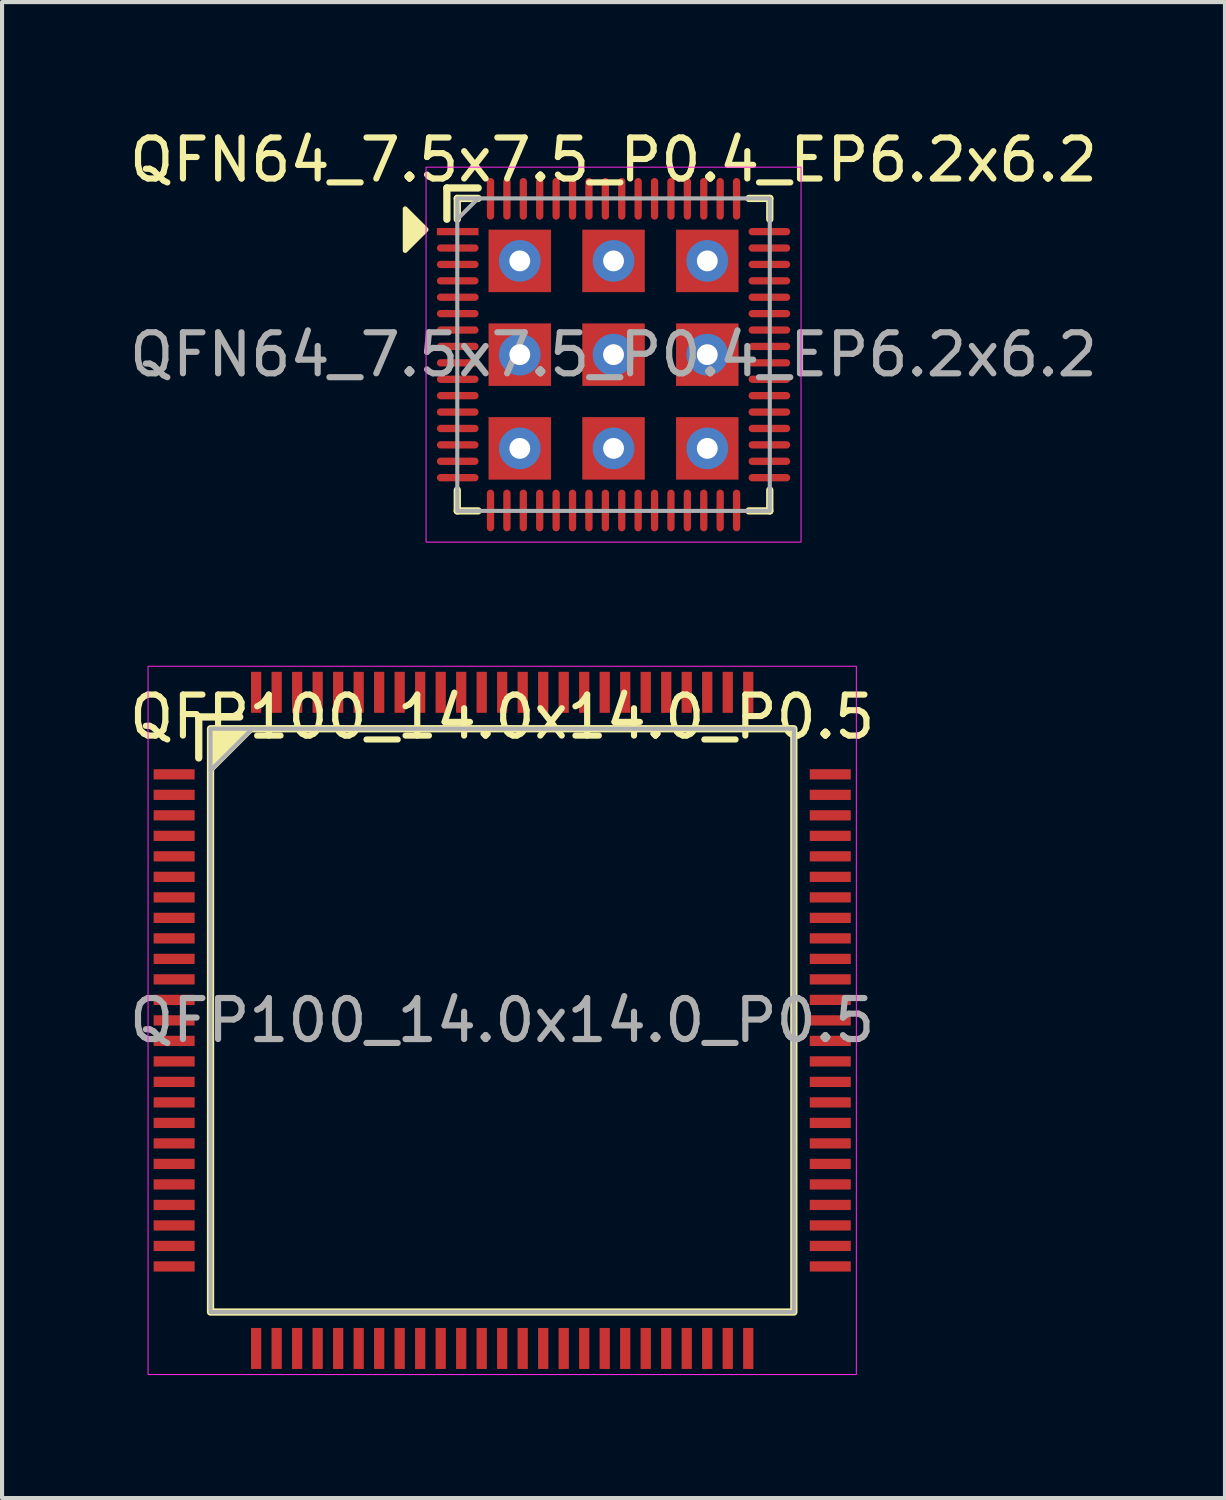
<source format=kicad_pcb>
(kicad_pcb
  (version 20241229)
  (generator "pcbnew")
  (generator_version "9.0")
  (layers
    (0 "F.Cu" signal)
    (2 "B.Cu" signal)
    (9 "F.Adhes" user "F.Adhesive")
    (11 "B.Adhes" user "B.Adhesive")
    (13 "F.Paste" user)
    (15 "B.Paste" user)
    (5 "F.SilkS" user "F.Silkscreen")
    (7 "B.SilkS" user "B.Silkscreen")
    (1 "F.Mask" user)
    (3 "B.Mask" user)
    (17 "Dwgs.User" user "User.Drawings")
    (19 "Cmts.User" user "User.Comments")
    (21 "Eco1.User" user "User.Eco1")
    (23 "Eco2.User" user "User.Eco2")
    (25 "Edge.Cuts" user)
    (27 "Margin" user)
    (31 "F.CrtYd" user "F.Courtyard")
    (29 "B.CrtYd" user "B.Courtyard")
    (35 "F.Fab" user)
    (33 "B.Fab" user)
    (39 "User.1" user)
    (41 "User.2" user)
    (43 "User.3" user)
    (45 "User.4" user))
  (footprint "QFN64_7.5x7.5_P0.4_EP6.2x6.2"
    (layer "F.Cu")
    (at 11.911 5.598)
    (property "Reference" "QFN64_7.5x7.5_P0.4_EP6.2x6.2" (at 0 -4.75 0) (unlocked yes) (layer "F.SilkS") (effects (font (size 1 1) (thickness 0.15))))
    (attr smd)
    (fp_line (start -4.064 -4.064) (end -3.302 -4.064) (stroke (width 0.178) (type solid)) (layer "F.SilkS"))
    (fp_line (start -4.064 -3.302) (end -4.064 -4.064) (stroke (width 0.178) (type solid)) (layer "F.SilkS"))
    (fp_line (start -3.81 -3.81) (end -3.302 -3.81) (stroke (width 0.178) (type solid)) (layer "F.SilkS"))
    (fp_line (start -3.81 -3.302) (end -3.81 -3.81) (stroke (width 0.178) (type solid)) (layer "F.SilkS"))
    (fp_line (start -3.81 3.302) (end -3.81 3.81) (stroke (width 0.178) (type solid)) (layer "F.SilkS"))
    (fp_line (start -3.81 3.81) (end -3.302 3.81) (stroke (width 0.178) (type solid)) (layer "F.SilkS"))
    (fp_line (start 3.302 3.81) (end 3.81 3.81) (stroke (width 0.178) (type solid)) (layer "F.SilkS"))
    (fp_line (start 3.81 -3.81) (end 3.302 -3.81) (stroke (width 0.178) (type solid)) (layer "F.SilkS"))
    (fp_line (start 3.81 -3.302) (end 3.81 -3.81) (stroke (width 0.178) (type solid)) (layer "F.SilkS"))
    (fp_line (start 3.81 3.81) (end 3.81 3.302) (stroke (width 0.178) (type solid)) (layer "F.SilkS"))
    (fp_poly (pts (xy -4.572 -3.048) (xy -5.08 -2.54) (xy -5.08 -3.556)) (stroke (width 0.12) (type solid)) (fill yes) (layer "F.SilkS"))
    (fp_rect (start -4.572 -4.572) (end 4.572 4.572) (stroke (width 0.025) (type solid)) (fill no) (layer "F.CrtYd"))
    (fp_line (start -3.81 -3.302) (end -3.302 -3.81) (stroke (width 0.1) (type solid)) (layer "F.Fab"))
    (fp_rect (start -3.81 -3.81) (end 3.81 3.81) (stroke (width 0.1) (type solid)) (fill no) (layer "F.Fab"))
    (fp_text user "${REFERENCE}" (at 0 0 0) (unlocked yes) (layer "F.Fab") (effects (font (size 1 1) (thickness 0.15))))
    (pad "1" smd rect (at -3.8 -3) (size 1.016 0.178) (layers "F.Cu" "F.Mask" "F.Paste"))
    (pad "2" smd oval (at -3.8 -2.6) (size 1.016 0.178) (layers "F.Cu" "F.Mask" "F.Paste"))
    (pad "3" smd oval (at -3.8 -2.2) (size 1.016 0.178) (layers "F.Cu" "F.Mask" "F.Paste"))
    (pad "4" smd oval (at -3.8 -1.8) (size 1.016 0.178) (layers "F.Cu" "F.Mask" "F.Paste"))
    (pad "5" smd oval (at -3.8 -1.4) (size 1.016 0.178) (layers "F.Cu" "F.Mask" "F.Paste"))
    (pad "6" smd oval (at -3.8 -1) (size 1.016 0.178) (layers "F.Cu" "F.Mask" "F.Paste"))
    (pad "7" smd oval (at -3.8 -0.6) (size 1.016 0.178) (layers "F.Cu" "F.Mask" "F.Paste"))
    (pad "8" smd oval (at -3.8 -0.2) (size 1.016 0.178) (layers "F.Cu" "F.Mask" "F.Paste"))
    (pad "9" smd oval (at -3.8 0.2) (size 1.016 0.178) (layers "F.Cu" "F.Mask" "F.Paste"))
    (pad "10" smd oval (at -3.8 0.6) (size 1.016 0.178) (layers "F.Cu" "F.Mask" "F.Paste"))
    (pad "11" smd oval (at -3.8 1) (size 1.016 0.178) (layers "F.Cu" "F.Mask" "F.Paste"))
    (pad "12" smd oval (at -3.8 1.4) (size 1.016 0.178) (layers "F.Cu" "F.Mask" "F.Paste"))
    (pad "13" smd oval (at -3.8 1.8) (size 1.016 0.178) (layers "F.Cu" "F.Mask" "F.Paste"))
    (pad "14" smd oval (at -3.8 2.2) (size 1.016 0.178) (layers "F.Cu" "F.Mask" "F.Paste"))
    (pad "15" smd oval (at -3.8 2.6) (size 1.016 0.178) (layers "F.Cu" "F.Mask" "F.Paste"))
    (pad "16" smd oval (at -3.8 3) (size 1.016 0.178) (layers "F.Cu" "F.Mask" "F.Paste"))
    (pad "17" smd oval (at -3 3.8 90) (size 1.016 0.178) (layers "F.Cu" "F.Mask" "F.Paste"))
    (pad "18" smd oval (at -2.6 3.8 90) (size 1.016 0.178) (layers "F.Cu" "F.Mask" "F.Paste"))
    (pad "19" smd oval (at -2.2 3.8 90) (size 1.016 0.178) (layers "F.Cu" "F.Mask" "F.Paste"))
    (pad "20" smd oval (at -1.8 3.8 90) (size 1.016 0.178) (layers "F.Cu" "F.Mask" "F.Paste"))
    (pad "21" smd oval (at -1.4 3.8 90) (size 1.016 0.178) (layers "F.Cu" "F.Mask" "F.Paste"))
    (pad "22" smd oval (at -1 3.8 90) (size 1.016 0.178) (layers "F.Cu" "F.Mask" "F.Paste"))
    (pad "23" smd oval (at -0.6 3.8 90) (size 1.016 0.178) (layers "F.Cu" "F.Mask" "F.Paste"))
    (pad "24" smd oval (at -0.2 3.8 90) (size 1.016 0.178) (layers "F.Cu" "F.Mask" "F.Paste"))
    (pad "25" smd oval (at 0.2 3.8 90) (size 1.016 0.178) (layers "F.Cu" "F.Mask" "F.Paste"))
    (pad "26" smd oval (at 0.6 3.8 90) (size 1.016 0.178) (layers "F.Cu" "F.Mask" "F.Paste"))
    (pad "27" smd oval (at 1 3.8 90) (size 1.016 0.178) (layers "F.Cu" "F.Mask" "F.Paste"))
    (pad "28" smd oval (at 1.4 3.8 90) (size 1.016 0.178) (layers "F.Cu" "F.Mask" "F.Paste"))
    (pad "29" smd oval (at 1.8 3.8 90) (size 1.016 0.178) (layers "F.Cu" "F.Mask" "F.Paste"))
    (pad "30" smd oval (at 2.2 3.8 90) (size 1.016 0.178) (layers "F.Cu" "F.Mask" "F.Paste"))
    (pad "31" smd oval (at 2.6 3.8 90) (size 1.016 0.178) (layers "F.Cu" "F.Mask" "F.Paste"))
    (pad "32" smd oval (at 3 3.8 90) (size 1.016 0.178) (layers "F.Cu" "F.Mask" "F.Paste"))
    (pad "33" smd oval (at 3.8 3) (size 1.016 0.178) (layers "F.Cu" "F.Mask" "F.Paste"))
    (pad "34" smd oval (at 3.8 2.6) (size 1.016 0.178) (layers "F.Cu" "F.Mask" "F.Paste"))
    (pad "35" smd oval (at 3.8 2.2) (size 1.016 0.178) (layers "F.Cu" "F.Mask" "F.Paste"))
    (pad "36" smd oval (at 3.8 1.8) (size 1.016 0.178) (layers "F.Cu" "F.Mask" "F.Paste"))
    (pad "37" smd oval (at 3.8 1.4) (size 1.016 0.178) (layers "F.Cu" "F.Mask" "F.Paste"))
    (pad "38" smd oval (at 3.8 1) (size 1.016 0.178) (layers "F.Cu" "F.Mask" "F.Paste"))
    (pad "39" smd oval (at 3.8 0.6) (size 1.016 0.178) (layers "F.Cu" "F.Mask" "F.Paste"))
    (pad "40" smd oval (at 3.8 0.2) (size 1.016 0.178) (layers "F.Cu" "F.Mask" "F.Paste"))
    (pad "41" smd oval (at 3.8 -0.2) (size 1.016 0.178) (layers "F.Cu" "F.Mask" "F.Paste"))
    (pad "42" smd oval (at 3.8 -0.6) (size 1.016 0.178) (layers "F.Cu" "F.Mask" "F.Paste"))
    (pad "43" smd oval (at 3.8 -1) (size 1.016 0.178) (layers "F.Cu" "F.Mask" "F.Paste"))
    (pad "44" smd oval (at 3.8 -1.4) (size 1.016 0.178) (layers "F.Cu" "F.Mask" "F.Paste"))
    (pad "45" smd oval (at 3.8 -1.8) (size 1.016 0.178) (layers "F.Cu" "F.Mask" "F.Paste"))
    (pad "46" smd oval (at 3.8 -2.2) (size 1.016 0.178) (layers "F.Cu" "F.Mask" "F.Paste"))
    (pad "47" smd oval (at 3.8 -2.6) (size 1.016 0.178) (layers "F.Cu" "F.Mask" "F.Paste"))
    (pad "48" smd oval (at 3.8 -3) (size 1.016 0.178) (layers "F.Cu" "F.Mask" "F.Paste"))
    (pad "49" smd oval (at 3 -3.8 90) (size 1.016 0.178) (layers "F.Cu" "F.Mask" "F.Paste"))
    (pad "50" smd oval (at 2.6 -3.8 90) (size 1.016 0.178) (layers "F.Cu" "F.Mask" "F.Paste"))
    (pad "51" smd oval (at 2.2 -3.8 90) (size 1.016 0.178) (layers "F.Cu" "F.Mask" "F.Paste"))
    (pad "52" smd oval (at 1.8 -3.8 90) (size 1.016 0.178) (layers "F.Cu" "F.Mask" "F.Paste"))
    (pad "53" smd oval (at 1.4 -3.8 90) (size 1.016 0.178) (layers "F.Cu" "F.Mask" "F.Paste"))
    (pad "54" smd oval (at 1 -3.8 90) (size 1.016 0.178) (layers "F.Cu" "F.Mask" "F.Paste"))
    (pad "55" smd oval (at 0.6 -3.8 90) (size 1.016 0.178) (layers "F.Cu" "F.Mask" "F.Paste"))
    (pad "56" smd oval (at 0.2 -3.8 90) (size 1.016 0.178) (layers "F.Cu" "F.Mask" "F.Paste"))
    (pad "57" smd oval (at -0.2 -3.8 90) (size 1.016 0.178) (layers "F.Cu" "F.Mask" "F.Paste"))
    (pad "58" smd oval (at -0.6 -3.8 90) (size 1.016 0.178) (layers "F.Cu" "F.Mask" "F.Paste"))
    (pad "59" smd oval (at -1 -3.8 90) (size 1.016 0.178) (layers "F.Cu" "F.Mask" "F.Paste"))
    (pad "60" smd oval (at -1.4 -3.8 90) (size 1.016 0.178) (layers "F.Cu" "F.Mask" "F.Paste"))
    (pad "61" smd oval (at -1.8 -3.8 90) (size 1.016 0.178) (layers "F.Cu" "F.Mask" "F.Paste"))
    (pad "62" smd oval (at -2.2 -3.8 90) (size 1.016 0.178) (layers "F.Cu" "F.Mask" "F.Paste"))
    (pad "63" smd oval (at -2.6 -3.8 90) (size 1.016 0.178) (layers "F.Cu" "F.Mask" "F.Paste"))
    (pad "64" smd oval (at -3 -3.8 90) (size 1.016 0.178) (layers "F.Cu" "F.Mask" "F.Paste"))
    (pad "65" thru_hole circle (at -2.286 -2.286 90) (size 1.016 1.016) (drill 0.508) (layers "*.Cu" "*.Mask"))
    (pad "65" smd rect (at -2.286 -2.286 90) (size 1.524 1.524) (layers "F.Cu" "F.Mask" "F.Paste"))
    (pad "65" thru_hole circle (at -2.286 0 90) (size 1.016 1.016) (drill 0.508) (layers "*.Cu" "*.Mask"))
    (pad "65" smd rect (at -2.286 0 90) (size 1.524 1.524) (layers "F.Cu" "F.Mask" "F.Paste"))
    (pad "65" thru_hole circle (at -2.286 2.286 90) (size 1.016 1.016) (drill 0.508) (layers "*.Cu" "*.Mask"))
    (pad "65" smd rect (at -2.286 2.286 90) (size 1.524 1.524) (layers "F.Cu" "F.Mask" "F.Paste"))
    (pad "65" thru_hole circle (at 0 -2.286 90) (size 1.016 1.016) (drill 0.508) (layers "*.Cu" "*.Mask"))
    (pad "65" smd rect (at 0 -2.286 90) (size 1.524 1.524) (layers "F.Cu" "F.Mask" "F.Paste"))
    (pad "65" thru_hole circle (at 0 0 90) (size 1.016 1.016) (drill 0.508) (layers "*.Cu" "*.Mask"))
    (pad "65" smd rect (at 0 0 90) (size 1.524 1.524) (layers "F.Cu" "F.Mask" "F.Paste"))
    (pad "65" thru_hole circle (at 0 2.286 90) (size 1.016 1.016) (drill 0.508) (layers "*.Cu" "*.Mask"))
    (pad "65" smd rect (at 0 2.286 90) (size 1.524 1.524) (layers "F.Cu" "F.Mask" "F.Paste"))
    (pad "65" thru_hole circle (at 2.286 -2.286 90) (size 1.016 1.016) (drill 0.508) (layers "*.Cu" "*.Mask"))
    (pad "65" smd rect (at 2.286 -2.286 90) (size 1.524 1.524) (layers "F.Cu" "F.Mask" "F.Paste"))
    (pad "65" thru_hole circle (at 2.286 0 90) (size 1.016 1.016) (drill 0.508) (layers "*.Cu" "*.Mask"))
    (pad "65" smd rect (at 2.286 0 90) (size 1.524 1.524) (layers "F.Cu" "F.Mask" "F.Paste"))
    (pad "65" thru_hole circle (at 2.286 2.286 90) (size 1.016 1.016) (drill 0.508) (layers "*.Cu" "*.Mask"))
    (pad "65" smd rect (at 2.286 2.286 90) (size 1.524 1.524) (layers "F.Cu" "F.Mask" "F.Paste")))
  (footprint "QFP100_14.0x14.0_P0.5"
    (layer "F.Cu")
    (at 9.196 21.832)
    (property "Reference" "QFP100_14.0x14.0_P0.5" (at 0 -7.4 0) (layer "F.SilkS") (effects (font (size 1 1) (thickness 0.15))))
    (attr smd)
    (fp_line (start -7.4 -7.4) (end -6.4 -7.4) (stroke (width 0.178) (type default)) (layer "F.SilkS"))
    (fp_line (start -7.4 -6.4) (end -7.4 -7.4) (stroke (width 0.178) (type default)) (layer "F.SilkS"))
    (fp_rect (start -7.112 -7.112) (end 7.112 7.112) (stroke (width 0.178) (type solid)) (fill no) (layer "F.SilkS"))
    (fp_poly (pts (xy -7.112 -6.096) (xy -7.112 -7.112) (xy -6.096 -7.112)) (stroke (width 0.12) (type solid)) (fill yes) (layer "F.SilkS"))
    (fp_rect (start -8.636 -8.636) (end 8.636 8.636) (stroke (width 0.025) (type solid)) (fill no) (layer "F.CrtYd"))
    (fp_line (start -7.112 -6.096) (end -6.096 -7.112) (stroke (width 0.1) (type solid)) (layer "F.Fab"))
    (fp_rect (start -7.112 7.112) (end 7.112 -7.112) (stroke (width 0.1) (type solid)) (fill no) (layer "F.Fab"))
    (fp_text user "${REFERENCE}" (at 0 0 0) (layer "F.Fab") (effects (font (size 1 1) (thickness 0.15))))
    (pad "1" smd rect (at -8 -6) (size 1 0.25) (layers "F.Cu" "F.Mask" "F.Paste"))
    (pad "2" smd rect (at -8 -5.5) (size 1 0.25) (layers "F.Cu" "F.Mask" "F.Paste"))
    (pad "3" smd rect (at -8 -5) (size 1 0.25) (layers "F.Cu" "F.Mask" "F.Paste"))
    (pad "4" smd rect (at -8 -4.5) (size 1 0.25) (layers "F.Cu" "F.Mask" "F.Paste"))
    (pad "5" smd rect (at -8 -4) (size 1 0.25) (layers "F.Cu" "F.Mask" "F.Paste"))
    (pad "6" smd rect (at -8 -3.5) (size 1 0.25) (layers "F.Cu" "F.Mask" "F.Paste"))
    (pad "7" smd rect (at -8 -3) (size 1 0.25) (layers "F.Cu" "F.Mask" "F.Paste"))
    (pad "8" smd rect (at -8 -2.5) (size 1 0.25) (layers "F.Cu" "F.Mask" "F.Paste"))
    (pad "9" smd rect (at -8 -2) (size 1 0.25) (layers "F.Cu" "F.Mask" "F.Paste"))
    (pad "10" smd rect (at -8 -1.5) (size 1 0.25) (layers "F.Cu" "F.Mask" "F.Paste"))
    (pad "11" smd rect (at -8 -1) (size 1 0.25) (layers "F.Cu" "F.Mask" "F.Paste"))
    (pad "12" smd rect (at -8 -0.5) (size 1 0.25) (layers "F.Cu" "F.Mask" "F.Paste"))
    (pad "13" smd rect (at -8 0) (size 1 0.25) (layers "F.Cu" "F.Mask" "F.Paste"))
    (pad "14" smd rect (at -8 0.5) (size 1 0.25) (layers "F.Cu" "F.Mask" "F.Paste"))
    (pad "15" smd rect (at -8 1) (size 1 0.25) (layers "F.Cu" "F.Mask" "F.Paste"))
    (pad "16" smd rect (at -8 1.5) (size 1 0.25) (layers "F.Cu" "F.Mask" "F.Paste"))
    (pad "17" smd rect (at -8 2) (size 1 0.25) (layers "F.Cu" "F.Mask" "F.Paste"))
    (pad "18" smd rect (at -8 2.5) (size 1 0.25) (layers "F.Cu" "F.Mask" "F.Paste"))
    (pad "19" smd rect (at -8 3) (size 1 0.25) (layers "F.Cu" "F.Mask" "F.Paste"))
    (pad "20" smd rect (at -8 3.5) (size 1 0.25) (layers "F.Cu" "F.Mask" "F.Paste"))
    (pad "21" smd rect (at -8 4) (size 1 0.25) (layers "F.Cu" "F.Mask" "F.Paste"))
    (pad "22" smd rect (at -8 4.5) (size 1 0.25) (layers "F.Cu" "F.Mask" "F.Paste"))
    (pad "23" smd rect (at -8 5) (size 1 0.25) (layers "F.Cu" "F.Mask" "F.Paste"))
    (pad "24" smd rect (at -8 5.5) (size 1 0.25) (layers "F.Cu" "F.Mask" "F.Paste"))
    (pad "25" smd rect (at -8 6) (size 1 0.25) (layers "F.Cu" "F.Mask" "F.Paste"))
    (pad "26" smd rect (at -6 8) (size 0.25 1) (layers "F.Cu" "F.Mask" "F.Paste"))
    (pad "27" smd rect (at -5.5 8) (size 0.25 1) (layers "F.Cu" "F.Mask" "F.Paste"))
    (pad "28" smd rect (at -5 8) (size 0.25 1) (layers "F.Cu" "F.Mask" "F.Paste"))
    (pad "29" smd rect (at -4.5 8) (size 0.25 1) (layers "F.Cu" "F.Mask" "F.Paste"))
    (pad "30" smd rect (at -4 8) (size 0.25 1) (layers "F.Cu" "F.Mask" "F.Paste"))
    (pad "31" smd rect (at -3.5 8) (size 0.25 1) (layers "F.Cu" "F.Mask" "F.Paste"))
    (pad "32" smd rect (at -3 8) (size 0.25 1) (layers "F.Cu" "F.Mask" "F.Paste"))
    (pad "33" smd rect (at -2.5 8) (size 0.25 1) (layers "F.Cu" "F.Mask" "F.Paste"))
    (pad "34" smd rect (at -2 8) (size 0.25 1) (layers "F.Cu" "F.Mask" "F.Paste"))
    (pad "35" smd rect (at -1.5 8) (size 0.25 1) (layers "F.Cu" "F.Mask" "F.Paste"))
    (pad "36" smd rect (at -1 8) (size 0.25 1) (layers "F.Cu" "F.Mask" "F.Paste"))
    (pad "37" smd rect (at -0.5 8) (size 0.25 1) (layers "F.Cu" "F.Mask" "F.Paste"))
    (pad "38" smd rect (at 0 8) (size 0.25 1) (layers "F.Cu" "F.Mask" "F.Paste"))
    (pad "39" smd rect (at 0.5 8) (size 0.25 1) (layers "F.Cu" "F.Mask" "F.Paste"))
    (pad "40" smd rect (at 1 8) (size 0.25 1) (layers "F.Cu" "F.Mask" "F.Paste"))
    (pad "41" smd rect (at 1.5 8) (size 0.25 1) (layers "F.Cu" "F.Mask" "F.Paste"))
    (pad "42" smd rect (at 2 8) (size 0.25 1) (layers "F.Cu" "F.Mask" "F.Paste"))
    (pad "43" smd rect (at 2.5 8) (size 0.25 1) (layers "F.Cu" "F.Mask" "F.Paste"))
    (pad "44" smd rect (at 3 8) (size 0.25 1) (layers "F.Cu" "F.Mask" "F.Paste"))
    (pad "45" smd rect (at 3.5 8) (size 0.25 1) (layers "F.Cu" "F.Mask" "F.Paste"))
    (pad "46" smd rect (at 4 8) (size 0.25 1) (layers "F.Cu" "F.Mask" "F.Paste"))
    (pad "47" smd rect (at 4.5 8) (size 0.25 1) (layers "F.Cu" "F.Mask" "F.Paste"))
    (pad "48" smd rect (at 5 8) (size 0.25 1) (layers "F.Cu" "F.Mask" "F.Paste"))
    (pad "49" smd rect (at 5.5 8) (size 0.25 1) (layers "F.Cu" "F.Mask" "F.Paste"))
    (pad "50" smd rect (at 6 8) (size 0.25 1) (layers "F.Cu" "F.Mask" "F.Paste"))
    (pad "51" smd rect (at 8 6) (size 1 0.25) (layers "F.Cu" "F.Mask" "F.Paste"))
    (pad "52" smd rect (at 8 5.5) (size 1 0.25) (layers "F.Cu" "F.Mask" "F.Paste"))
    (pad "53" smd rect (at 8 5) (size 1 0.25) (layers "F.Cu" "F.Mask" "F.Paste"))
    (pad "54" smd rect (at 8 4.5) (size 1 0.25) (layers "F.Cu" "F.Mask" "F.Paste"))
    (pad "55" smd rect (at 8 4) (size 1 0.25) (layers "F.Cu" "F.Mask" "F.Paste"))
    (pad "56" smd rect (at 8 3.5) (size 1 0.25) (layers "F.Cu" "F.Mask" "F.Paste"))
    (pad "57" smd rect (at 8 3) (size 1 0.25) (layers "F.Cu" "F.Mask" "F.Paste"))
    (pad "58" smd rect (at 8 2.5) (size 1 0.25) (layers "F.Cu" "F.Mask" "F.Paste"))
    (pad "59" smd rect (at 8 2) (size 1 0.25) (layers "F.Cu" "F.Mask" "F.Paste"))
    (pad "60" smd rect (at 8 1.5) (size 1 0.25) (layers "F.Cu" "F.Mask" "F.Paste"))
    (pad "61" smd rect (at 8 1) (size 1 0.25) (layers "F.Cu" "F.Mask" "F.Paste"))
    (pad "62" smd rect (at 8 0.5) (size 1 0.25) (layers "F.Cu" "F.Mask" "F.Paste"))
    (pad "63" smd rect (at 8 0) (size 1 0.25) (layers "F.Cu" "F.Mask" "F.Paste"))
    (pad "64" smd rect (at 8 -0.5) (size 1 0.25) (layers "F.Cu" "F.Mask" "F.Paste"))
    (pad "65" smd rect (at 8 -1) (size 1 0.25) (layers "F.Cu" "F.Mask" "F.Paste"))
    (pad "66" smd rect (at 8 -1.5) (size 1 0.25) (layers "F.Cu" "F.Mask" "F.Paste"))
    (pad "67" smd rect (at 8 -2) (size 1 0.25) (layers "F.Cu" "F.Mask" "F.Paste"))
    (pad "68" smd rect (at 8 -2.5) (size 1 0.25) (layers "F.Cu" "F.Mask" "F.Paste"))
    (pad "69" smd rect (at 8 -3) (size 1 0.25) (layers "F.Cu" "F.Mask" "F.Paste"))
    (pad "70" smd rect (at 8 -3.5) (size 1 0.25) (layers "F.Cu" "F.Mask" "F.Paste"))
    (pad "71" smd rect (at 8 -4) (size 1 0.25) (layers "F.Cu" "F.Mask" "F.Paste"))
    (pad "72" smd rect (at 8 -4.5) (size 1 0.25) (layers "F.Cu" "F.Mask" "F.Paste"))
    (pad "73" smd rect (at 8 -5) (size 1 0.25) (layers "F.Cu" "F.Mask" "F.Paste"))
    (pad "74" smd rect (at 8 -5.5) (size 1 0.25) (layers "F.Cu" "F.Mask" "F.Paste"))
    (pad "75" smd rect (at 8 -6) (size 1 0.25) (layers "F.Cu" "F.Mask" "F.Paste"))
    (pad "76" smd rect (at 6 -8) (size 0.25 1) (layers "F.Cu" "F.Mask" "F.Paste"))
    (pad "77" smd rect (at 5.5 -8) (size 0.25 1) (layers "F.Cu" "F.Mask" "F.Paste"))
    (pad "78" smd rect (at 5 -8) (size 0.25 1) (layers "F.Cu" "F.Mask" "F.Paste"))
    (pad "79" smd rect (at 4.5 -8) (size 0.25 1) (layers "F.Cu" "F.Mask" "F.Paste"))
    (pad "80" smd rect (at 4 -8) (size 0.25 1) (layers "F.Cu" "F.Mask" "F.Paste"))
    (pad "81" smd rect (at 3.5 -8) (size 0.25 1) (layers "F.Cu" "F.Mask" "F.Paste"))
    (pad "82" smd rect (at 3 -8) (size 0.25 1) (layers "F.Cu" "F.Mask" "F.Paste"))
    (pad "83" smd rect (at 2.5 -8) (size 0.25 1) (layers "F.Cu" "F.Mask" "F.Paste"))
    (pad "84" smd rect (at 2 -8) (size 0.25 1) (layers "F.Cu" "F.Mask" "F.Paste"))
    (pad "85" smd rect (at 1.5 -8) (size 0.25 1) (layers "F.Cu" "F.Mask" "F.Paste"))
    (pad "86" smd rect (at 1 -8) (size 0.25 1) (layers "F.Cu" "F.Mask" "F.Paste"))
    (pad "87" smd rect (at 0.5 -8) (size 0.25 1) (layers "F.Cu" "F.Mask" "F.Paste"))
    (pad "88" smd rect (at 0 -8) (size 0.25 1) (layers "F.Cu" "F.Mask" "F.Paste"))
    (pad "89" smd rect (at -0.5 -8) (size 0.25 1) (layers "F.Cu" "F.Mask" "F.Paste"))
    (pad "90" smd rect (at -1 -8) (size 0.25 1) (layers "F.Cu" "F.Mask" "F.Paste"))
    (pad "91" smd rect (at -1.5 -8) (size 0.25 1) (layers "F.Cu" "F.Mask" "F.Paste"))
    (pad "92" smd rect (at -2 -8) (size 0.25 1) (layers "F.Cu" "F.Mask" "F.Paste"))
    (pad "93" smd rect (at -2.5 -8) (size 0.25 1) (layers "F.Cu" "F.Mask" "F.Paste"))
    (pad "94" smd rect (at -3 -8) (size 0.25 1) (layers "F.Cu" "F.Mask" "F.Paste"))
    (pad "95" smd rect (at -3.5 -8) (size 0.25 1) (layers "F.Cu" "F.Mask" "F.Paste"))
    (pad "96" smd rect (at -4 -8) (size 0.25 1) (layers "F.Cu" "F.Mask" "F.Paste"))
    (pad "97" smd rect (at -4.5 -8) (size 0.25 1) (layers "F.Cu" "F.Mask" "F.Paste"))
    (pad "98" smd rect (at -5 -8) (size 0.25 1) (layers "F.Cu" "F.Mask" "F.Paste"))
    (pad "99" smd rect (at -5.5 -8) (size 0.25 1) (layers "F.Cu" "F.Mask" "F.Paste"))
    (pad "100" smd rect (at -6 -8) (size 0.25 1) (layers "F.Cu" "F.Mask" "F.Paste")))
  (gr_rect
    (start -3 -3)
    (end 26.821 33.48)
    (stroke (width 0.1) (type default))
    (fill no)
    (layer "Edge.Cuts")))
</source>
